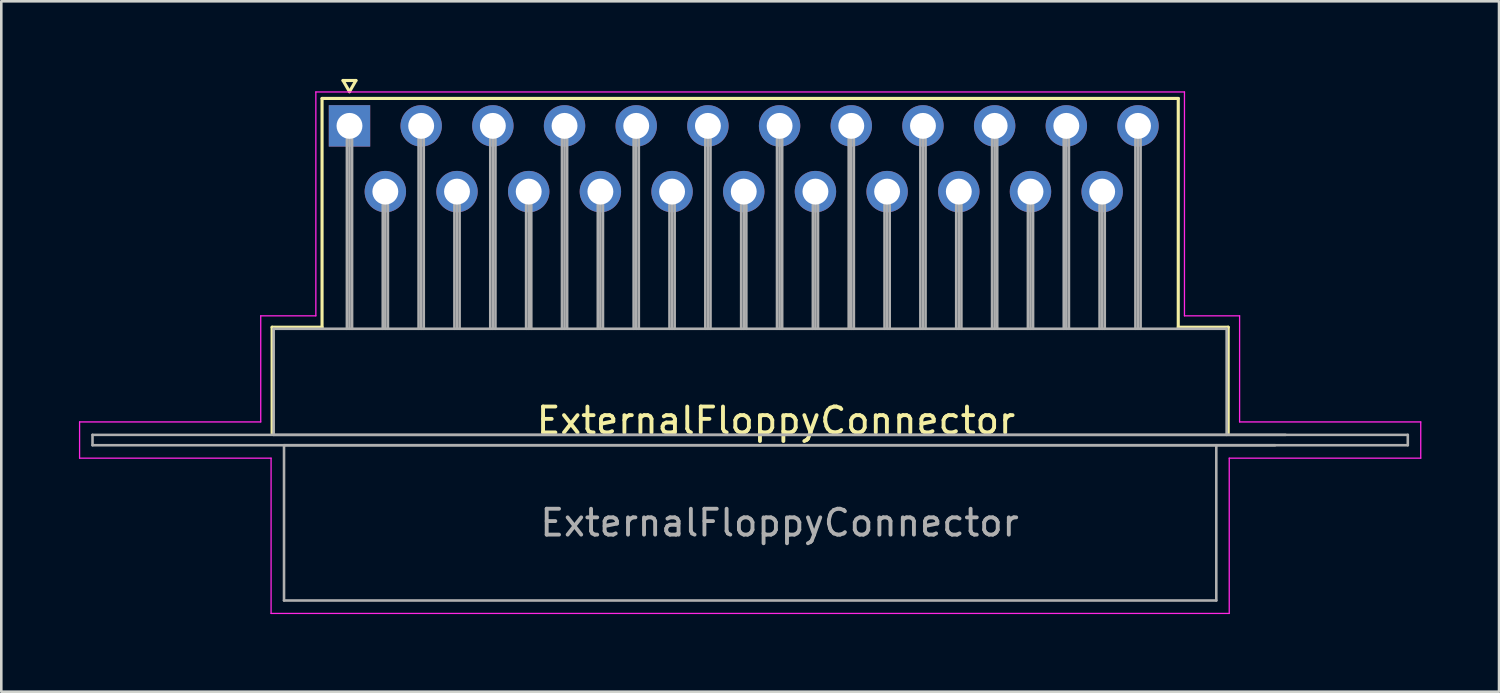
<source format=kicad_pcb>
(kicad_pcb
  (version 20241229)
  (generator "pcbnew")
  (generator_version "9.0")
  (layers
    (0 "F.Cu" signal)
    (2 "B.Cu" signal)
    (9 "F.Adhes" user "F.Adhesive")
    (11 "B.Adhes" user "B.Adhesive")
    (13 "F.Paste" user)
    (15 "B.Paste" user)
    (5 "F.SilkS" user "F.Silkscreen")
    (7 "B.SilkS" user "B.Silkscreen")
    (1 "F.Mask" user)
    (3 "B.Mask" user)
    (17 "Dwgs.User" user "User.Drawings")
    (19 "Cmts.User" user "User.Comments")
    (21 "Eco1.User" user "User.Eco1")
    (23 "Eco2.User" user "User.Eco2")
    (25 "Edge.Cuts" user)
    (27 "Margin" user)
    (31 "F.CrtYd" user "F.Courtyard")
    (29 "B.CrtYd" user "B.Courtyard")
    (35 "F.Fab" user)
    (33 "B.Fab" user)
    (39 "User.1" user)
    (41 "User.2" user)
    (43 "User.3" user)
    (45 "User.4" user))
  (footprint "ExternalFloppyConnector"
    (layer "F.Cu")
    (at 26.935 13.204)
    (property "Reference" "ExternalFloppyConnector" (at 0 0 0) (unlocked yes) (layer "F.SilkS") (effects (font (size 1 1) (thickness 0.15))))
    (attr through_hole)
    (fp_line (start -19.47 -3.61) (end -17.54 -3.61) (stroke (width 0.12) (type solid)) (layer "F.SilkS"))
    (fp_line (start -19.47 0.49) (end -19.47 -3.61) (stroke (width 0.12) (type solid)) (layer "F.SilkS"))
    (fp_line (start -17.54 -12.45) (end 15.545 -12.45) (stroke (width 0.12) (type solid)) (layer "F.SilkS"))
    (fp_line (start -17.54 -3.61) (end -17.54 -12.45) (stroke (width 0.12) (type solid)) (layer "F.SilkS"))
    (fp_line (start -16.73 -13.144) (end -16.23 -13.144) (stroke (width 0.12) (type solid)) (layer "F.SilkS"))
    (fp_line (start -16.48 -12.711) (end -16.73 -13.144) (stroke (width 0.12) (type solid)) (layer "F.SilkS"))
    (fp_line (start -16.23 -13.144) (end -16.48 -12.711) (stroke (width 0.12) (type solid)) (layer "F.SilkS"))
    (fp_line (start 15.545 -12.45) (end 15.545 -3.61) (stroke (width 0.12) (type solid)) (layer "F.SilkS"))
    (fp_line (start 15.545 -3.61) (end 17.475 -3.61) (stroke (width 0.12) (type solid)) (layer "F.SilkS"))
    (fp_line (start 17.475 -3.61) (end 17.475 0.49) (stroke (width 0.12) (type solid)) (layer "F.SilkS"))
    (fp_line (start -26.91 0.05) (end -19.91 0.05) (stroke (width 0.05) (type solid)) (layer "F.CrtYd"))
    (fp_line (start -26.91 1.45) (end -26.91 0.05) (stroke (width 0.05) (type solid)) (layer "F.CrtYd"))
    (fp_line (start -19.91 -4.05) (end -17.78 -4.05) (stroke (width 0.05) (type solid)) (layer "F.CrtYd"))
    (fp_line (start -19.91 0.05) (end -19.91 -4.05) (stroke (width 0.05) (type solid)) (layer "F.CrtYd"))
    (fp_line (start -19.51 1.45) (end -26.91 1.45) (stroke (width 0.05) (type solid)) (layer "F.CrtYd"))
    (fp_line (start -19.51 7.45) (end -19.51 1.45) (stroke (width 0.05) (type solid)) (layer "F.CrtYd"))
    (fp_line (start -17.78 -12.7) (end 15.785 -12.7) (stroke (width 0.05) (type solid)) (layer "F.CrtYd"))
    (fp_line (start -17.78 -4.05) (end -17.78 -12.7) (stroke (width 0.05) (type solid)) (layer "F.CrtYd"))
    (fp_line (start 15.785 -12.7) (end 15.785 -4.05) (stroke (width 0.05) (type solid)) (layer "F.CrtYd"))
    (fp_line (start 15.785 -4.05) (end 17.915 -4.05) (stroke (width 0.05) (type solid)) (layer "F.CrtYd"))
    (fp_line (start 17.515 1.45) (end 17.515 7.45) (stroke (width 0.05) (type solid)) (layer "F.CrtYd"))
    (fp_line (start 17.515 7.45) (end -19.51 7.45) (stroke (width 0.05) (type solid)) (layer "F.CrtYd"))
    (fp_line (start 17.915 -4.05) (end 17.915 0.05) (stroke (width 0.05) (type solid)) (layer "F.CrtYd"))
    (fp_line (start 17.915 0.05) (end 24.915 0.05) (stroke (width 0.05) (type solid)) (layer "F.CrtYd"))
    (fp_line (start 24.915 0.05) (end 24.915 1.45) (stroke (width 0.05) (type solid)) (layer "F.CrtYd"))
    (fp_line (start 24.915 1.45) (end 17.515 1.45) (stroke (width 0.05) (type solid)) (layer "F.CrtYd"))
    (fp_line (start -26.41 0.55) (end -26.41 0.95) (stroke (width 0.1) (type solid)) (layer "F.Fab"))
    (fp_line (start -26.41 0.95) (end 24.415 0.95) (stroke (width 0.1) (type solid)) (layer "F.Fab"))
    (fp_line (start -19.41 -3.55) (end -19.41 0.55) (stroke (width 0.1) (type solid)) (layer "F.Fab"))
    (fp_line (start -19.41 0.55) (end 19.69 0.55) (stroke (width 0.1) (type solid)) (layer "F.Fab"))
    (fp_line (start -19.01 0.95) (end -19.01 6.95) (stroke (width 0.1) (type solid)) (layer "F.Fab"))
    (fp_line (start -19.01 6.95) (end 17.015 6.95) (stroke (width 0.1) (type solid)) (layer "F.Fab"))
    (fp_line (start -16.58 -11.39) (end -16.58 -3.55) (stroke (width 0.1) (type solid)) (layer "F.Fab"))
    (fp_line (start -16.48 -11.39) (end -16.48 -3.55) (stroke (width 0.1) (type solid)) (layer "F.Fab"))
    (fp_line (start -16.38 -11.39) (end -16.38 -3.55) (stroke (width 0.1) (type solid)) (layer "F.Fab"))
    (fp_line (start -15.195 -8.85) (end -15.195 -3.55) (stroke (width 0.1) (type solid)) (layer "F.Fab"))
    (fp_line (start -15.095 -8.85) (end -15.095 -3.55) (stroke (width 0.1) (type solid)) (layer "F.Fab"))
    (fp_line (start -14.995 -8.85) (end -14.995 -3.55) (stroke (width 0.1) (type solid)) (layer "F.Fab"))
    (fp_line (start -13.81 -11.39) (end -13.81 -3.55) (stroke (width 0.1) (type solid)) (layer "F.Fab"))
    (fp_line (start -13.71 -11.39) (end -13.71 -3.55) (stroke (width 0.1) (type solid)) (layer "F.Fab"))
    (fp_line (start -13.61 -11.39) (end -13.61 -3.55) (stroke (width 0.1) (type solid)) (layer "F.Fab"))
    (fp_line (start -12.425 -8.85) (end -12.425 -3.55) (stroke (width 0.1) (type solid)) (layer "F.Fab"))
    (fp_line (start -12.325 -8.85) (end -12.325 -3.55) (stroke (width 0.1) (type solid)) (layer "F.Fab"))
    (fp_line (start -12.225 -8.85) (end -12.225 -3.55) (stroke (width 0.1) (type solid)) (layer "F.Fab"))
    (fp_line (start -11.04 -11.39) (end -11.04 -3.55) (stroke (width 0.1) (type solid)) (layer "F.Fab"))
    (fp_line (start -10.94 -11.39) (end -10.94 -3.55) (stroke (width 0.1) (type solid)) (layer "F.Fab"))
    (fp_line (start -10.84 -11.39) (end -10.84 -3.55) (stroke (width 0.1) (type solid)) (layer "F.Fab"))
    (fp_line (start -9.655 -8.85) (end -9.655 -3.55) (stroke (width 0.1) (type solid)) (layer "F.Fab"))
    (fp_line (start -9.555 -8.85) (end -9.555 -3.55) (stroke (width 0.1) (type solid)) (layer "F.Fab"))
    (fp_line (start -9.455 -8.85) (end -9.455 -3.55) (stroke (width 0.1) (type solid)) (layer "F.Fab"))
    (fp_line (start -8.27 -11.39) (end -8.27 -3.55) (stroke (width 0.1) (type solid)) (layer "F.Fab"))
    (fp_line (start -8.17 -11.39) (end -8.17 -3.55) (stroke (width 0.1) (type solid)) (layer "F.Fab"))
    (fp_line (start -8.07 -11.39) (end -8.07 -3.55) (stroke (width 0.1) (type solid)) (layer "F.Fab"))
    (fp_line (start -6.885 -8.85) (end -6.885 -3.55) (stroke (width 0.1) (type solid)) (layer "F.Fab"))
    (fp_line (start -6.785 -8.85) (end -6.785 -3.55) (stroke (width 0.1) (type solid)) (layer "F.Fab"))
    (fp_line (start -6.685 -8.85) (end -6.685 -3.55) (stroke (width 0.1) (type solid)) (layer "F.Fab"))
    (fp_line (start -5.5 -11.39) (end -5.5 -3.55) (stroke (width 0.1) (type solid)) (layer "F.Fab"))
    (fp_line (start -5.4 -11.39) (end -5.4 -3.55) (stroke (width 0.1) (type solid)) (layer "F.Fab"))
    (fp_line (start -5.3 -11.39) (end -5.3 -3.55) (stroke (width 0.1) (type solid)) (layer "F.Fab"))
    (fp_line (start -4.115 -8.85) (end -4.115 -3.55) (stroke (width 0.1) (type solid)) (layer "F.Fab"))
    (fp_line (start -4.015 -8.85) (end -4.015 -3.55) (stroke (width 0.1) (type solid)) (layer "F.Fab"))
    (fp_line (start -3.915 -8.85) (end -3.915 -3.55) (stroke (width 0.1) (type solid)) (layer "F.Fab"))
    (fp_line (start -2.73 -11.39) (end -2.73 -3.55) (stroke (width 0.1) (type solid)) (layer "F.Fab"))
    (fp_line (start -2.63 -11.39) (end -2.63 -3.55) (stroke (width 0.1) (type solid)) (layer "F.Fab"))
    (fp_line (start -2.53 -11.39) (end -2.53 -3.55) (stroke (width 0.1) (type solid)) (layer "F.Fab"))
    (fp_line (start -1.345 -8.85) (end -1.345 -3.55) (stroke (width 0.1) (type solid)) (layer "F.Fab"))
    (fp_line (start -1.245 -8.85) (end -1.245 -3.55) (stroke (width 0.1) (type solid)) (layer "F.Fab"))
    (fp_line (start -1.145 -8.85) (end -1.145 -3.55) (stroke (width 0.1) (type solid)) (layer "F.Fab"))
    (fp_line (start 0.04 -11.39) (end 0.04 -3.55) (stroke (width 0.1) (type solid)) (layer "F.Fab"))
    (fp_line (start 0.14 -11.39) (end 0.14 -3.55) (stroke (width 0.1) (type solid)) (layer "F.Fab"))
    (fp_line (start 0.24 -11.39) (end 0.24 -3.55) (stroke (width 0.1) (type solid)) (layer "F.Fab"))
    (fp_line (start 1.425 -8.85) (end 1.425 -3.55) (stroke (width 0.1) (type solid)) (layer "F.Fab"))
    (fp_line (start 1.525 -8.85) (end 1.525 -3.55) (stroke (width 0.1) (type solid)) (layer "F.Fab"))
    (fp_line (start 1.625 -8.85) (end 1.625 -3.55) (stroke (width 0.1) (type solid)) (layer "F.Fab"))
    (fp_line (start 2.81 -11.39) (end 2.81 -3.55) (stroke (width 0.1) (type solid)) (layer "F.Fab"))
    (fp_line (start 2.91 -11.39) (end 2.91 -3.55) (stroke (width 0.1) (type solid)) (layer "F.Fab"))
    (fp_line (start 3.01 -11.39) (end 3.01 -3.55) (stroke (width 0.1) (type solid)) (layer "F.Fab"))
    (fp_line (start 4.195 -8.85) (end 4.195 -3.55) (stroke (width 0.1) (type solid)) (layer "F.Fab"))
    (fp_line (start 4.295 -8.85) (end 4.295 -3.55) (stroke (width 0.1) (type solid)) (layer "F.Fab"))
    (fp_line (start 4.395 -8.85) (end 4.395 -3.55) (stroke (width 0.1) (type solid)) (layer "F.Fab"))
    (fp_line (start 5.58 -11.39) (end 5.58 -3.55) (stroke (width 0.1) (type solid)) (layer "F.Fab"))
    (fp_line (start 5.68 -11.39) (end 5.68 -3.55) (stroke (width 0.1) (type solid)) (layer "F.Fab"))
    (fp_line (start 5.78 -11.39) (end 5.78 -3.55) (stroke (width 0.1) (type solid)) (layer "F.Fab"))
    (fp_line (start 6.965 -8.85) (end 6.965 -3.55) (stroke (width 0.1) (type solid)) (layer "F.Fab"))
    (fp_line (start 7.065 -8.85) (end 7.065 -3.55) (stroke (width 0.1) (type solid)) (layer "F.Fab"))
    (fp_line (start 7.165 -8.85) (end 7.165 -3.55) (stroke (width 0.1) (type solid)) (layer "F.Fab"))
    (fp_line (start 8.35 -11.39) (end 8.35 -3.55) (stroke (width 0.1) (type solid)) (layer "F.Fab"))
    (fp_line (start 8.45 -11.39) (end 8.45 -3.55) (stroke (width 0.1) (type solid)) (layer "F.Fab"))
    (fp_line (start 8.55 -11.39) (end 8.55 -3.55) (stroke (width 0.1) (type solid)) (layer "F.Fab"))
    (fp_line (start 9.735 -8.85) (end 9.735 -3.55) (stroke (width 0.1) (type solid)) (layer "F.Fab"))
    (fp_line (start 9.835 -8.85) (end 9.835 -3.55) (stroke (width 0.1) (type solid)) (layer "F.Fab"))
    (fp_line (start 9.935 -8.85) (end 9.935 -3.55) (stroke (width 0.1) (type solid)) (layer "F.Fab"))
    (fp_line (start 11.12 -11.39) (end 11.12 -3.55) (stroke (width 0.1) (type solid)) (layer "F.Fab"))
    (fp_line (start 11.22 -11.39) (end 11.22 -3.55) (stroke (width 0.1) (type solid)) (layer "F.Fab"))
    (fp_line (start 11.32 -11.39) (end 11.32 -3.55) (stroke (width 0.1) (type solid)) (layer "F.Fab"))
    (fp_line (start 12.505 -8.85) (end 12.505 -3.55) (stroke (width 0.1) (type solid)) (layer "F.Fab"))
    (fp_line (start 12.605 -8.85) (end 12.605 -3.55) (stroke (width 0.1) (type solid)) (layer "F.Fab"))
    (fp_line (start 12.705 -8.85) (end 12.705 -3.55) (stroke (width 0.1) (type solid)) (layer "F.Fab"))
    (fp_line (start 13.89 -11.39) (end 13.89 -3.55) (stroke (width 0.1) (type solid)) (layer "F.Fab"))
    (fp_line (start 13.99 -11.39) (end 13.99 -3.55) (stroke (width 0.1) (type solid)) (layer "F.Fab"))
    (fp_line (start 14.09 -11.39) (end 14.09 -3.55) (stroke (width 0.1) (type solid)) (layer "F.Fab"))
    (fp_line (start 17.015 6.95) (end 17.015 0.95) (stroke (width 0.1) (type solid)) (layer "F.Fab"))
    (fp_line (start 17.415 -3.55) (end -19.41 -3.55) (stroke (width 0.1) (type solid)) (layer "F.Fab"))
    (fp_line (start 17.415 0.55) (end 17.415 -3.55) (stroke (width 0.1) (type solid)) (layer "F.Fab"))
    (fp_line (start 19.29 0.95) (end -19.01 0.95) (stroke (width 0.1) (type solid)) (layer "F.Fab"))
    (fp_line (start 24.415 0.55) (end -26.41 0.55) (stroke (width 0.1) (type solid)) (layer "F.Fab"))
    (fp_line (start 24.415 0.95) (end 24.415 0.55) (stroke (width 0.1) (type solid)) (layer "F.Fab"))
    (fp_text user "${REFERENCE}" (at 0.14 3.95 0) (layer "F.Fab") (effects (font (size 1 1) (thickness 0.15))))
    (pad "1" thru_hole rect (at -16.48 -11.39) (size 1.6 1.6) (drill 1) (layers "*.Cu" "*.Mask"))
    (pad "2" thru_hole circle (at -13.71 -11.39) (size 1.6 1.6) (drill 1) (layers "*.Cu" "*.Mask"))
    (pad "3" thru_hole circle (at -10.94 -11.39) (size 1.6 1.6) (drill 1) (layers "*.Cu" "*.Mask"))
    (pad "4" thru_hole circle (at -8.17 -11.39) (size 1.6 1.6) (drill 1) (layers "*.Cu" "*.Mask"))
    (pad "5" thru_hole circle (at -5.4 -11.39) (size 1.6 1.6) (drill 1) (layers "*.Cu" "*.Mask"))
    (pad "6" thru_hole circle (at -2.63 -11.39) (size 1.6 1.6) (drill 1) (layers "*.Cu" "*.Mask"))
    (pad "7" thru_hole circle (at 0.14 -11.39) (size 1.6 1.6) (drill 1) (layers "*.Cu" "*.Mask"))
    (pad "8" thru_hole circle (at 2.91 -11.39) (size 1.6 1.6) (drill 1) (layers "*.Cu" "*.Mask"))
    (pad "9" thru_hole circle (at 5.68 -11.39) (size 1.6 1.6) (drill 1) (layers "*.Cu" "*.Mask"))
    (pad "10" thru_hole circle (at 8.45 -11.39) (size 1.6 1.6) (drill 1) (layers "*.Cu" "*.Mask"))
    (pad "11" thru_hole circle (at 11.22 -11.39) (size 1.6 1.6) (drill 1) (layers "*.Cu" "*.Mask"))
    (pad "12" thru_hole circle (at 13.99 -11.39) (size 1.6 1.6) (drill 1) (layers "*.Cu" "*.Mask"))
    (pad "13" thru_hole circle (at -15.095 -8.85) (size 1.6 1.6) (drill 1) (layers "*.Cu" "*.Mask"))
    (pad "14" thru_hole circle (at -12.325 -8.85) (size 1.6 1.6) (drill 1) (layers "*.Cu" "*.Mask"))
    (pad "15" thru_hole circle (at -9.555 -8.85) (size 1.6 1.6) (drill 1) (layers "*.Cu" "*.Mask"))
    (pad "16" thru_hole circle (at -6.785 -8.85) (size 1.6 1.6) (drill 1) (layers "*.Cu" "*.Mask"))
    (pad "17" thru_hole circle (at -4.015 -8.85) (size 1.6 1.6) (drill 1) (layers "*.Cu" "*.Mask"))
    (pad "18" thru_hole circle (at -1.245 -8.85) (size 1.6 1.6) (drill 1) (layers "*.Cu" "*.Mask"))
    (pad "19" thru_hole circle (at 1.525 -8.85) (size 1.6 1.6) (drill 1) (layers "*.Cu" "*.Mask"))
    (pad "20" thru_hole circle (at 4.295 -8.85) (size 1.6 1.6) (drill 1) (layers "*.Cu" "*.Mask"))
    (pad "21" thru_hole circle (at 7.065 -8.85) (size 1.6 1.6) (drill 1) (layers "*.Cu" "*.Mask"))
    (pad "22" thru_hole circle (at 9.835 -8.85) (size 1.6 1.6) (drill 1) (layers "*.Cu" "*.Mask"))
    (pad "23" thru_hole circle (at 12.605 -8.85) (size 1.6 1.6) (drill 1) (layers "*.Cu" "*.Mask")))
  (gr_rect
    (start -3 -3)
    (end 54.875 23.679)
    (stroke (width 0.1) (type default))
    (fill no)
    (layer "Edge.Cuts")))
</source>
